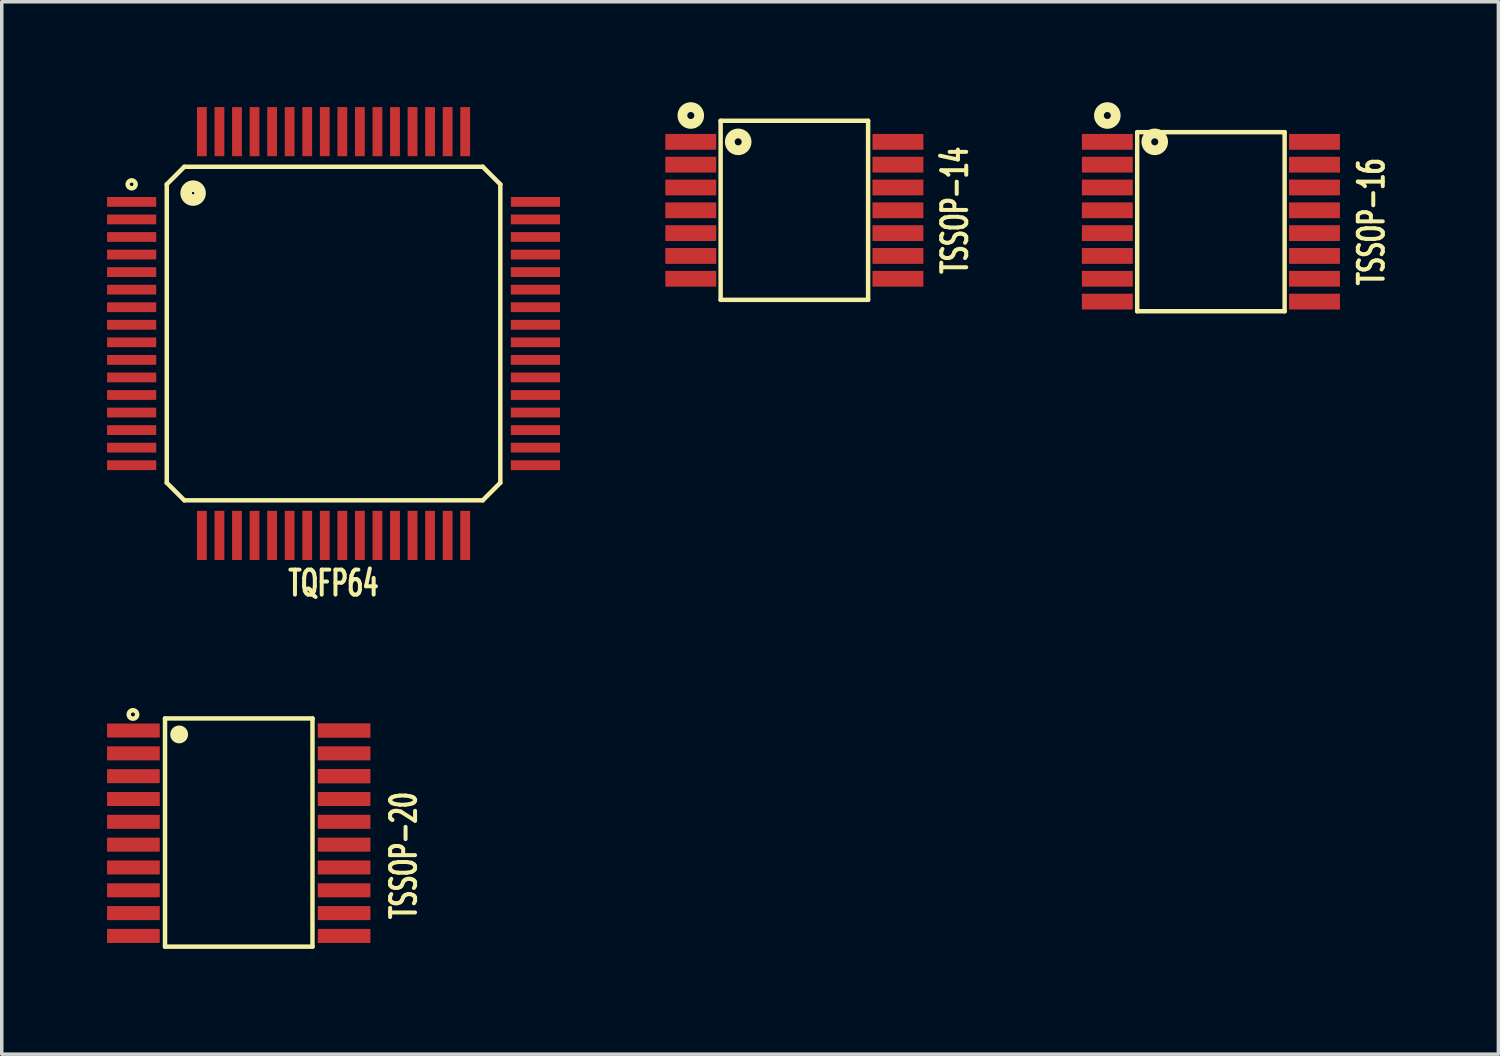
<source format=kicad_pcb>
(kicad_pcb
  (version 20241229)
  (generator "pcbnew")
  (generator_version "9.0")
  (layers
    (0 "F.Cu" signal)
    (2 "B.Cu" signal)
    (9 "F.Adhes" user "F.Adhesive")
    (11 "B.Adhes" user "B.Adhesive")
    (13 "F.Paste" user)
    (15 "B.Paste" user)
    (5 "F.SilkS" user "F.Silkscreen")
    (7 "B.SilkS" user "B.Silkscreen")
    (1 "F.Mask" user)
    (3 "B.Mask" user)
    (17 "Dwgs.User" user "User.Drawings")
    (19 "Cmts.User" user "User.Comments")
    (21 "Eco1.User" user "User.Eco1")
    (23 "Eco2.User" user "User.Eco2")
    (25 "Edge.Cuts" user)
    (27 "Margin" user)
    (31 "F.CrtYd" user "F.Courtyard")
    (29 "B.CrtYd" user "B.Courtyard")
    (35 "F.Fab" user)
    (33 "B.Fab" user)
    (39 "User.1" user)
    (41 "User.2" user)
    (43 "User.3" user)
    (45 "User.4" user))
  (footprint "TSSOP-16"
    (layer "F.Cu")
    (at 31.439 3.265)
    (property "Reference" "TSSOP-16" (at 4.572 0 270) (layer "F.SilkS") (effects (font (size 0.711 0.457) (thickness 0.114))))
    (attr smd)
    (fp_line (start -2.1 -2.55) (end -2.1 2.55) (stroke (width 0.127) (type solid)) (layer "F.SilkS"))
    (fp_line (start -2.1 -2.55) (end 2.1 -2.55) (stroke (width 0.127) (type solid)) (layer "F.SilkS"))
    (fp_line (start 2.1 -2.55) (end 2.1 2.55) (stroke (width 0.127) (type solid)) (layer "F.SilkS"))
    (fp_line (start 2.1 2.55) (end -2.1 2.55) (stroke (width 0.127) (type solid)) (layer "F.SilkS"))
    (fp_circle (center -2.95 -3.025) (end -2.95 -2.925) (stroke (width 0.279) (type solid)) (fill no) (layer "F.SilkS"))
    (fp_circle (center -1.6 -2.275) (end -1.5 -2.275) (stroke (width 0.279) (type solid)) (fill no) (layer "F.SilkS"))
    (pad "1" smd rect (at -2.95 -2.275 270) (size 0.45 1.45) (layers "F.Cu" "F.Mask" "F.Paste"))
    (pad "2" smd rect (at -2.95 -1.625 270) (size 0.45 1.45) (layers "F.Cu" "F.Mask" "F.Paste"))
    (pad "3" smd rect (at -2.95 -0.975 270) (size 0.45 1.45) (layers "F.Cu" "F.Mask" "F.Paste"))
    (pad "4" smd rect (at -2.95 -0.325 270) (size 0.45 1.45) (layers "F.Cu" "F.Mask" "F.Paste"))
    (pad "5" smd rect (at -2.95 0.325 270) (size 0.45 1.45) (layers "F.Cu" "F.Mask" "F.Paste"))
    (pad "6" smd rect (at -2.95 0.975 270) (size 0.45 1.45) (layers "F.Cu" "F.Mask" "F.Paste"))
    (pad "7" smd rect (at -2.95 1.625 270) (size 0.45 1.45) (layers "F.Cu" "F.Mask" "F.Paste"))
    (pad "8" smd rect (at -2.95 2.275 270) (size 0.45 1.45) (layers "F.Cu" "F.Mask" "F.Paste"))
    (pad "9" smd rect (at 2.95 2.275 270) (size 0.45 1.45) (layers "F.Cu" "F.Mask" "F.Paste"))
    (pad "10" smd rect (at 2.95 1.625 270) (size 0.45 1.45) (layers "F.Cu" "F.Mask" "F.Paste"))
    (pad "11" smd rect (at 2.95 0.975 270) (size 0.45 1.45) (layers "F.Cu" "F.Mask" "F.Paste"))
    (pad "12" smd rect (at 2.95 0.325 270) (size 0.45 1.45) (layers "F.Cu" "F.Mask" "F.Paste"))
    (pad "13" smd rect (at 2.95 -0.325 270) (size 0.45 1.45) (layers "F.Cu" "F.Mask" "F.Paste"))
    (pad "14" smd rect (at 2.95 -0.975 270) (size 0.45 1.45) (layers "F.Cu" "F.Mask" "F.Paste"))
    (pad "15" smd rect (at 2.95 -1.625 270) (size 0.45 1.45) (layers "F.Cu" "F.Mask" "F.Paste"))
    (pad "16" smd rect (at 2.95 -2.275 270) (size 0.45 1.45) (layers "F.Cu" "F.Mask" "F.Paste")))
  (footprint "TSSOP-14"
    (layer "F.Cu")
    (at 19.575 2.94)
    (property "Reference" "TSSOP-14" (at 4.572 0 270) (layer "F.SilkS") (effects (font (size 0.711 0.457) (thickness 0.114))))
    (attr smd)
    (fp_line (start -2.1 -2.55) (end -2.1 2.55) (stroke (width 0.127) (type solid)) (layer "F.SilkS"))
    (fp_line (start -2.1 -2.55) (end 2.1 -2.55) (stroke (width 0.127) (type solid)) (layer "F.SilkS"))
    (fp_line (start 2.1 -2.55) (end 2.1 2.55) (stroke (width 0.127) (type solid)) (layer "F.SilkS"))
    (fp_line (start 2.1 2.55) (end -2.1 2.55) (stroke (width 0.127) (type solid)) (layer "F.SilkS"))
    (fp_circle (center -2.95 -2.7) (end -2.95 -2.6) (stroke (width 0.279) (type solid)) (fill no) (layer "F.SilkS"))
    (fp_circle (center -1.6 -1.95) (end -1.5 -1.95) (stroke (width 0.279) (type solid)) (fill no) (layer "F.SilkS"))
    (pad "1" smd rect (at -2.95 -1.95 270) (size 0.45 1.45) (layers "F.Cu" "F.Mask" "F.Paste"))
    (pad "2" smd rect (at -2.95 -1.3 270) (size 0.45 1.45) (layers "F.Cu" "F.Mask" "F.Paste"))
    (pad "3" smd rect (at -2.95 -0.65 270) (size 0.45 1.45) (layers "F.Cu" "F.Mask" "F.Paste"))
    (pad "4" smd rect (at -2.95 0 270) (size 0.45 1.45) (layers "F.Cu" "F.Mask" "F.Paste"))
    (pad "5" smd rect (at -2.95 0.65 270) (size 0.45 1.45) (layers "F.Cu" "F.Mask" "F.Paste"))
    (pad "6" smd rect (at -2.95 1.3 270) (size 0.45 1.45) (layers "F.Cu" "F.Mask" "F.Paste"))
    (pad "7" smd rect (at -2.95 1.95 270) (size 0.45 1.45) (layers "F.Cu" "F.Mask" "F.Paste"))
    (pad "8" smd rect (at 2.95 1.95 270) (size 0.45 1.45) (layers "F.Cu" "F.Mask" "F.Paste"))
    (pad "9" smd rect (at 2.95 1.3 270) (size 0.45 1.45) (layers "F.Cu" "F.Mask" "F.Paste"))
    (pad "10" smd rect (at 2.95 0.65 270) (size 0.45 1.45) (layers "F.Cu" "F.Mask" "F.Paste"))
    (pad "11" smd rect (at 2.95 0 270) (size 0.45 1.45) (layers "F.Cu" "F.Mask" "F.Paste"))
    (pad "12" smd rect (at 2.95 -0.65 270) (size 0.45 1.45) (layers "F.Cu" "F.Mask" "F.Paste"))
    (pad "13" smd rect (at 2.95 -1.3 270) (size 0.45 1.45) (layers "F.Cu" "F.Mask" "F.Paste"))
    (pad "14" smd rect (at 2.95 -1.95 270) (size 0.45 1.45) (layers "F.Cu" "F.Mask" "F.Paste")))
  (footprint "TSSOP-20"
    (layer "F.Cu")
    (at 3.75 20.682)
    (property "Reference" "TSSOP-20" (at 4.699 0.635 270) (layer "F.SilkS") (effects (font (size 0.711 0.457) (thickness 0.114))))
    (attr smd)
    (fp_line (start -2.1 -3.27) (end 2.1 -3.27) (stroke (width 0.127) (type solid)) (layer "F.SilkS"))
    (fp_line (start -2.1 3.23) (end -2.1 -3.27) (stroke (width 0.127) (type solid)) (layer "F.SilkS"))
    (fp_line (start 2.1 -3.27) (end 2.1 3.23) (stroke (width 0.127) (type solid)) (layer "F.SilkS"))
    (fp_line (start 2.1 3.23) (end -2.1 3.23) (stroke (width 0.127) (type solid)) (layer "F.SilkS"))
    (fp_circle (center -3.013 -3.383) (end -2.988 -3.332) (stroke (width 0.127) (type solid)) (fill no) (layer "F.SilkS"))
    (fp_circle (center -1.697 -2.814) (end -1.697 -2.687) (stroke (width 0.254) (type solid)) (fill no) (layer "F.SilkS"))
    (pad "1" smd rect (at -3 -2.925 270) (size 0.4 1.5) (layers "F.Cu" "F.Mask" "F.Paste"))
    (pad "2" smd rect (at -3 -2.275 270) (size 0.4 1.5) (layers "F.Cu" "F.Mask" "F.Paste"))
    (pad "3" smd rect (at -3 -1.625 270) (size 0.4 1.5) (layers "F.Cu" "F.Mask" "F.Paste"))
    (pad "4" smd rect (at -3 -0.975 270) (size 0.4 1.5) (layers "F.Cu" "F.Mask" "F.Paste"))
    (pad "5" smd rect (at -3 -0.325 270) (size 0.4 1.5) (layers "F.Cu" "F.Mask" "F.Paste"))
    (pad "6" smd rect (at -3 0.325 270) (size 0.4 1.5) (layers "F.Cu" "F.Mask" "F.Paste"))
    (pad "7" smd rect (at -3 0.975 270) (size 0.4 1.5) (layers "F.Cu" "F.Mask" "F.Paste"))
    (pad "8" smd rect (at -3 1.625 270) (size 0.4 1.5) (layers "F.Cu" "F.Mask" "F.Paste"))
    (pad "9" smd rect (at -3 2.275 270) (size 0.4 1.5) (layers "F.Cu" "F.Mask" "F.Paste"))
    (pad "10" smd rect (at -3 2.925 270) (size 0.4 1.5) (layers "F.Cu" "F.Mask" "F.Paste"))
    (pad "11" smd rect (at 3 2.925 270) (size 0.4 1.5) (layers "F.Cu" "F.Mask" "F.Paste"))
    (pad "12" smd rect (at 3 2.275 270) (size 0.4 1.5) (layers "F.Cu" "F.Mask" "F.Paste"))
    (pad "13" smd rect (at 3 1.625 270) (size 0.4 1.5) (layers "F.Cu" "F.Mask" "F.Paste"))
    (pad "14" smd rect (at 3 0.975 270) (size 0.4 1.5) (layers "F.Cu" "F.Mask" "F.Paste"))
    (pad "15" smd rect (at 3 0.325 270) (size 0.4 1.5) (layers "F.Cu" "F.Mask" "F.Paste"))
    (pad "16" smd rect (at 3 -0.325 270) (size 0.4 1.5) (layers "F.Cu" "F.Mask" "F.Paste"))
    (pad "17" smd rect (at 3 -0.975 270) (size 0.4 1.5) (layers "F.Cu" "F.Mask" "F.Paste"))
    (pad "18" smd rect (at 3 -1.625 270) (size 0.41 1.5) (layers "F.Cu" "F.Mask" "F.Paste"))
    (pad "19" smd rect (at 3 -2.275 270) (size 0.4 1.5) (layers "F.Cu" "F.Mask" "F.Paste"))
    (pad "20" smd rect (at 3 -2.925 270) (size 0.41 1.5) (layers "F.Cu" "F.Mask" "F.Paste")))
  (footprint "TQFP64"
    (layer "F.Cu")
    (at 6.45 6.45)
    (property "Reference" "TQFP64" (at 0 7.112 0) (layer "F.SilkS") (effects (font (size 0.711 0.457) (thickness 0.114))))
    (attr through_hole)
    (fp_line (start -4.75 -4.25) (end -4.25 -4.75) (stroke (width 0.127) (type solid)) (layer "F.SilkS"))
    (fp_line (start -4.75 4.25) (end -4.75 -4.25) (stroke (width 0.127) (type solid)) (layer "F.SilkS"))
    (fp_line (start -4.25 -4.75) (end 4.25 -4.75) (stroke (width 0.127) (type solid)) (layer "F.SilkS"))
    (fp_line (start -4.25 4.75) (end -4.75 4.25) (stroke (width 0.127) (type solid)) (layer "F.SilkS"))
    (fp_line (start 4.25 -4.75) (end 4.75 -4.25) (stroke (width 0.127) (type solid)) (layer "F.SilkS"))
    (fp_line (start 4.25 4.75) (end -4.25 4.75) (stroke (width 0.127) (type solid)) (layer "F.SilkS"))
    (fp_line (start 4.75 -4.25) (end 4.75 4.25) (stroke (width 0.127) (type solid)) (layer "F.SilkS"))
    (fp_line (start 4.75 4.25) (end 4.25 4.75) (stroke (width 0.127) (type solid)) (layer "F.SilkS"))
    (fp_circle (center -5.75 -4.25) (end -5.75 -4.3) (stroke (width 0.127) (type solid)) (fill no) (layer "F.SilkS"))
    (fp_circle (center -4 -4) (end -4 -4.3) (stroke (width 0.127) (type solid)) (fill no) (layer "F.SilkS"))
    (fp_circle (center -4 -4) (end -4 -4.2) (stroke (width 0.127) (type solid)) (fill no) (layer "F.SilkS"))
    (fp_circle (center -4 -4) (end -4 -4.1) (stroke (width 0.127) (type solid)) (fill no) (layer "F.SilkS"))
    (fp_circle (center -4 -4) (end -3.95 -4) (stroke (width 0.127) (type solid)) (fill no) (layer "F.SilkS"))
    (pad "1" smd rect (at -5.75 -3.75 90) (size 0.279 1.4) (layers "F.Cu" "F.Mask" "F.Paste"))
    (pad "2" smd rect (at -5.75 -3.25 90) (size 0.279 1.4) (layers "F.Cu" "F.Mask" "F.Paste"))
    (pad "3" smd rect (at -5.75 -2.75 90) (size 0.279 1.4) (layers "F.Cu" "F.Mask" "F.Paste"))
    (pad "4" smd rect (at -5.75 -2.25 90) (size 0.279 1.4) (layers "F.Cu" "F.Mask" "F.Paste"))
    (pad "5" smd rect (at -5.75 -1.75 90) (size 0.279 1.4) (layers "F.Cu" "F.Mask" "F.Paste"))
    (pad "6" smd rect (at -5.75 -1.25 90) (size 0.279 1.4) (layers "F.Cu" "F.Mask" "F.Paste"))
    (pad "7" smd rect (at -5.75 -0.75 90) (size 0.279 1.4) (layers "F.Cu" "F.Mask" "F.Paste"))
    (pad "8" smd rect (at -5.75 -0.25 90) (size 0.279 1.4) (layers "F.Cu" "F.Mask" "F.Paste"))
    (pad "9" smd rect (at -5.75 0.25 90) (size 0.279 1.4) (layers "F.Cu" "F.Mask" "F.Paste"))
    (pad "10" smd rect (at -5.75 0.75 90) (size 0.279 1.4) (layers "F.Cu" "F.Mask" "F.Paste"))
    (pad "11" smd rect (at -5.75 1.25 90) (size 0.279 1.4) (layers "F.Cu" "F.Mask" "F.Paste"))
    (pad "12" smd rect (at -5.75 1.75 90) (size 0.279 1.4) (layers "F.Cu" "F.Mask" "F.Paste"))
    (pad "13" smd rect (at -5.75 2.25 90) (size 0.279 1.4) (layers "F.Cu" "F.Mask" "F.Paste"))
    (pad "14" smd rect (at -5.75 2.75 90) (size 0.279 1.4) (layers "F.Cu" "F.Mask" "F.Paste"))
    (pad "15" smd rect (at -5.75 3.25 90) (size 0.279 1.4) (layers "F.Cu" "F.Mask" "F.Paste"))
    (pad "16" smd rect (at -5.75 3.75 90) (size 0.279 1.4) (layers "F.Cu" "F.Mask" "F.Paste"))
    (pad "17" smd rect (at -3.75 5.75) (size 0.279 1.4) (layers "F.Cu" "F.Mask" "F.Paste"))
    (pad "18" smd rect (at -3.25 5.75) (size 0.279 1.4) (layers "F.Cu" "F.Mask" "F.Paste"))
    (pad "19" smd rect (at -2.75 5.75) (size 0.279 1.4) (layers "F.Cu" "F.Mask" "F.Paste"))
    (pad "20" smd rect (at -2.25 5.75) (size 0.279 1.4) (layers "F.Cu" "F.Mask" "F.Paste"))
    (pad "21" smd rect (at -1.75 5.75) (size 0.279 1.4) (layers "F.Cu" "F.Mask" "F.Paste"))
    (pad "22" smd rect (at -1.25 5.75) (size 0.279 1.4) (layers "F.Cu" "F.Mask" "F.Paste"))
    (pad "23" smd rect (at -0.75 5.75) (size 0.279 1.4) (layers "F.Cu" "F.Mask" "F.Paste"))
    (pad "24" smd rect (at -0.25 5.75) (size 0.279 1.4) (layers "F.Cu" "F.Mask" "F.Paste"))
    (pad "25" smd rect (at 0.25 5.75) (size 0.279 1.4) (layers "F.Cu" "F.Mask" "F.Paste"))
    (pad "26" smd rect (at 0.75 5.75) (size 0.279 1.4) (layers "F.Cu" "F.Mask" "F.Paste"))
    (pad "27" smd rect (at 1.25 5.75) (size 0.279 1.4) (layers "F.Cu" "F.Mask" "F.Paste"))
    (pad "28" smd rect (at 1.75 5.75) (size 0.279 1.4) (layers "F.Cu" "F.Mask" "F.Paste"))
    (pad "29" smd rect (at 2.25 5.75) (size 0.279 1.4) (layers "F.Cu" "F.Mask" "F.Paste"))
    (pad "30" smd rect (at 2.75 5.75) (size 0.279 1.4) (layers "F.Cu" "F.Mask" "F.Paste"))
    (pad "31" smd rect (at 3.25 5.75) (size 0.279 1.4) (layers "F.Cu" "F.Mask" "F.Paste"))
    (pad "32" smd rect (at 3.75 5.75) (size 0.279 1.4) (layers "F.Cu" "F.Mask" "F.Paste"))
    (pad "33" smd rect (at 5.75 3.75 90) (size 0.279 1.4) (layers "F.Cu" "F.Mask" "F.Paste"))
    (pad "34" smd rect (at 5.75 3.25 90) (size 0.279 1.4) (layers "F.Cu" "F.Mask" "F.Paste"))
    (pad "35" smd rect (at 5.75 2.75 90) (size 0.279 1.4) (layers "F.Cu" "F.Mask" "F.Paste"))
    (pad "36" smd rect (at 5.75 2.25 90) (size 0.279 1.4) (layers "F.Cu" "F.Mask" "F.Paste"))
    (pad "37" smd rect (at 5.75 1.75 90) (size 0.279 1.4) (layers "F.Cu" "F.Mask" "F.Paste"))
    (pad "38" smd rect (at 5.75 1.25 90) (size 0.279 1.4) (layers "F.Cu" "F.Mask" "F.Paste"))
    (pad "39" smd rect (at 5.75 0.75 90) (size 0.279 1.4) (layers "F.Cu" "F.Mask" "F.Paste"))
    (pad "40" smd rect (at 5.75 0.25 90) (size 0.279 1.4) (layers "F.Cu" "F.Mask" "F.Paste"))
    (pad "41" smd rect (at 5.75 -0.25 90) (size 0.279 1.4) (layers "F.Cu" "F.Mask" "F.Paste"))
    (pad "42" smd rect (at 5.75 -0.75 90) (size 0.279 1.4) (layers "F.Cu" "F.Mask" "F.Paste"))
    (pad "43" smd rect (at 5.75 -1.25 90) (size 0.279 1.4) (layers "F.Cu" "F.Mask" "F.Paste"))
    (pad "44" smd rect (at 5.75 -1.75 90) (size 0.279 1.4) (layers "F.Cu" "F.Mask" "F.Paste"))
    (pad "45" smd rect (at 5.75 -2.25 90) (size 0.279 1.4) (layers "F.Cu" "F.Mask" "F.Paste"))
    (pad "46" smd rect (at 5.75 -2.75 90) (size 0.279 1.4) (layers "F.Cu" "F.Mask" "F.Paste"))
    (pad "47" smd rect (at 5.75 -3.25 90) (size 0.279 1.4) (layers "F.Cu" "F.Mask" "F.Paste"))
    (pad "48" smd rect (at 5.75 -3.75 90) (size 0.279 1.4) (layers "F.Cu" "F.Mask" "F.Paste"))
    (pad "49" smd rect (at 3.75 -5.75) (size 0.279 1.4) (layers "F.Cu" "F.Mask" "F.Paste"))
    (pad "50" smd rect (at 3.25 -5.75) (size 0.279 1.4) (layers "F.Cu" "F.Mask" "F.Paste"))
    (pad "51" smd rect (at 2.75 -5.75) (size 0.279 1.4) (layers "F.Cu" "F.Mask" "F.Paste"))
    (pad "52" smd rect (at 2.25 -5.75) (size 0.279 1.4) (layers "F.Cu" "F.Mask" "F.Paste"))
    (pad "53" smd rect (at 1.75 -5.75) (size 0.279 1.4) (layers "F.Cu" "F.Mask" "F.Paste"))
    (pad "54" smd rect (at 1.25 -5.75) (size 0.279 1.4) (layers "F.Cu" "F.Mask" "F.Paste"))
    (pad "55" smd rect (at 0.75 -5.75) (size 0.279 1.4) (layers "F.Cu" "F.Mask" "F.Paste"))
    (pad "56" smd rect (at 0.25 -5.75) (size 0.279 1.4) (layers "F.Cu" "F.Mask" "F.Paste"))
    (pad "57" smd rect (at -0.25 -5.75) (size 0.279 1.4) (layers "F.Cu" "F.Mask" "F.Paste"))
    (pad "58" smd rect (at -0.75 -5.75) (size 0.279 1.4) (layers "F.Cu" "F.Mask" "F.Paste"))
    (pad "59" smd rect (at -1.25 -5.75) (size 0.279 1.4) (layers "F.Cu" "F.Mask" "F.Paste"))
    (pad "60" smd rect (at -1.75 -5.75) (size 0.279 1.4) (layers "F.Cu" "F.Mask" "F.Paste"))
    (pad "61" smd rect (at -2.25 -5.75) (size 0.279 1.4) (layers "F.Cu" "F.Mask" "F.Paste"))
    (pad "62" smd rect (at -2.75 -5.75) (size 0.279 1.4) (layers "F.Cu" "F.Mask" "F.Paste"))
    (pad "63" smd rect (at -3.25 -5.75) (size 0.279 1.4) (layers "F.Cu" "F.Mask" "F.Paste"))
    (pad "64" smd rect (at -3.75 -5.75) (size 0.279 1.4) (layers "F.Cu" "F.Mask" "F.Paste")))
  (gr_rect
    (start -3 -3)
    (end 39.627 26.975)
    (stroke (width 0.1) (type default))
    (fill no)
    (layer "Edge.Cuts")))
</source>
